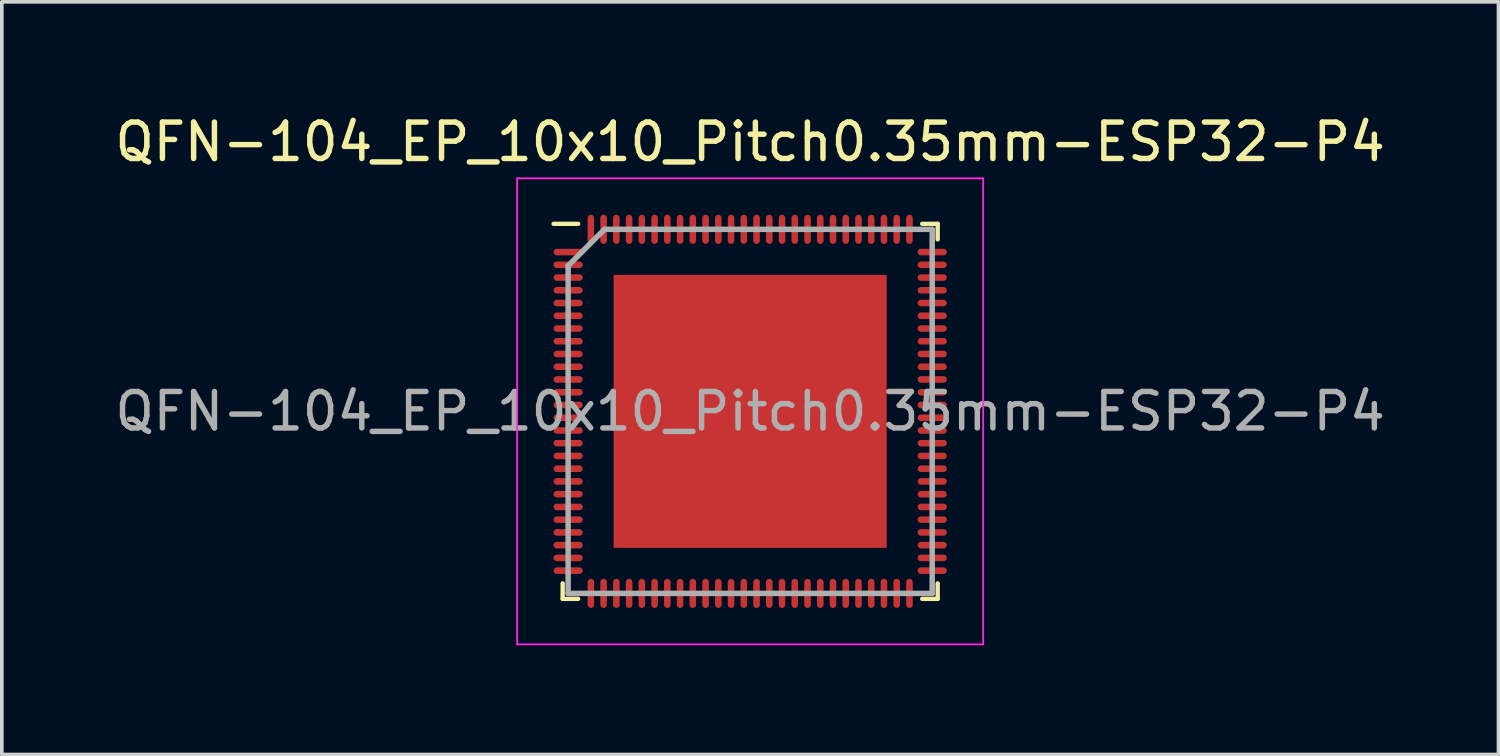
<source format=kicad_pcb>
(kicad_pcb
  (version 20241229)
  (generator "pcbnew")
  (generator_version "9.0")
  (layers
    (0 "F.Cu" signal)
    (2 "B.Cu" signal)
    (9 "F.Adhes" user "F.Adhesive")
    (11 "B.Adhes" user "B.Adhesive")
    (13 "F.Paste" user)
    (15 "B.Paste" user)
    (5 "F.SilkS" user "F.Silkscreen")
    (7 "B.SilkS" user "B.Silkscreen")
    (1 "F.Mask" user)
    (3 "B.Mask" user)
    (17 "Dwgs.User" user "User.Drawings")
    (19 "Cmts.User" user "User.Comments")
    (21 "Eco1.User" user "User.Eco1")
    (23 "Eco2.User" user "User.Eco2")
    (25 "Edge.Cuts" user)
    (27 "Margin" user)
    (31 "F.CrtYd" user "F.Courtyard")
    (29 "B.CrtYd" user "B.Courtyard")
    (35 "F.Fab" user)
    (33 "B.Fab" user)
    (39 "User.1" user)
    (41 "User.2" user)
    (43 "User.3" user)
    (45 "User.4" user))
  (footprint "QFN-104_EP_10x10_Pitch0.35mm-ESP32-P4"
    (layer "F.Cu")
    (at 17.554 8.248)
    (property "Reference" "QFN-104_EP_10x10_Pitch0.35mm-ESP32-P4" (at 0 -7.4 0) (layer "F.SilkS") (effects (font (size 1 1) (thickness 0.15))))
    (attr smd)
    (fp_line (start -5.15 5.15) (end -5.15 4.725) (stroke (width 0.12) (type default)) (layer "F.SilkS"))
    (fp_line (start -4.725 -5.15) (end -5.4 -5.15) (stroke (width 0.12) (type default)) (layer "F.SilkS"))
    (fp_line (start -4.725 5.15) (end -5.15 5.15) (stroke (width 0.12) (type default)) (layer "F.SilkS"))
    (fp_line (start 4.725 -5.15) (end 5.15 -5.15) (stroke (width 0.12) (type default)) (layer "F.SilkS"))
    (fp_line (start 4.725 5.15) (end 5.15 5.15) (stroke (width 0.12) (type default)) (layer "F.SilkS"))
    (fp_line (start 5.15 -5.15) (end 5.15 -4.725) (stroke (width 0.12) (type default)) (layer "F.SilkS"))
    (fp_line (start 5.15 5.15) (end 5.15 4.725) (stroke (width 0.12) (type default)) (layer "F.SilkS"))
    (fp_line (start -6.4 -6.4) (end 6.4 -6.4) (stroke (width 0.05) (type default)) (layer "F.CrtYd"))
    (fp_line (start -6.4 6.4) (end -6.4 -6.4) (stroke (width 0.05) (type default)) (layer "F.CrtYd"))
    (fp_line (start 6.4 -6.4) (end 6.4 6.4) (stroke (width 0.05) (type default)) (layer "F.CrtYd"))
    (fp_line (start 6.4 6.4) (end -6.4 6.4) (stroke (width 0.05) (type default)) (layer "F.CrtYd"))
    (fp_line (start -5 -4) (end -5 5) (stroke (width 0.15) (type default)) (layer "F.Fab"))
    (fp_line (start -5 5) (end 5 5) (stroke (width 0.15) (type default)) (layer "F.Fab"))
    (fp_line (start -4 -5) (end -5 -4) (stroke (width 0.15) (type default)) (layer "F.Fab"))
    (fp_line (start 5 -5) (end -4 -5) (stroke (width 0.15) (type default)) (layer "F.Fab"))
    (fp_line (start 5 5) (end 5 -5) (stroke (width 0.15) (type default)) (layer "F.Fab"))
    (fp_text user "${REFERENCE}" (at 0 0 0) (layer "F.Fab") (effects (font (size 1 1) (thickness 0.15))))
    (pad "" smd rect (at -2.812 -2.812) (size 1.125 1.125) (layers "F.Paste"))
    (pad "" smd rect (at -2.812 -0.938) (size 1.125 1.125) (layers "F.Paste"))
    (pad "" smd rect (at -2.812 0.938) (size 1.125 1.125) (layers "F.Paste"))
    (pad "" smd rect (at -2.812 2.812) (size 1.125 1.125) (layers "F.Paste"))
    (pad "" smd rect (at -0.938 -2.812) (size 1.125 1.125) (layers "F.Paste"))
    (pad "" smd rect (at -0.938 -0.938) (size 1.125 1.125) (layers "F.Paste"))
    (pad "" smd rect (at -0.938 0.938) (size 1.125 1.125) (layers "F.Paste"))
    (pad "" smd rect (at -0.938 2.812) (size 1.125 1.125) (layers "F.Paste"))
    (pad "" smd rect (at 0.938 -2.812) (size 1.125 1.125) (layers "F.Paste"))
    (pad "" smd rect (at 0.938 -0.938) (size 1.125 1.125) (layers "F.Paste"))
    (pad "" smd rect (at 0.938 0.938) (size 1.125 1.125) (layers "F.Paste"))
    (pad "" smd rect (at 0.938 2.812) (size 1.125 1.125) (layers "F.Paste"))
    (pad "" smd rect (at 2.812 -2.812) (size 1.125 1.125) (layers "F.Paste"))
    (pad "" smd rect (at 2.812 -0.938) (size 1.125 1.125) (layers "F.Paste"))
    (pad "" smd rect (at 2.812 0.938) (size 1.125 1.125) (layers "F.Paste"))
    (pad "" smd rect (at 2.812 2.812) (size 1.125 1.125) (layers "F.Paste"))
    (pad "1" smd oval (at -5 -4.375 90) (size 0.18 0.8) (layers "F.Cu" "F.Mask" "F.Paste"))
    (pad "2" smd oval (at -5 -4.025 90) (size 0.18 0.8) (layers "F.Cu" "F.Mask" "F.Paste"))
    (pad "3" smd oval (at -5 -3.675 90) (size 0.18 0.8) (layers "F.Cu" "F.Mask" "F.Paste"))
    (pad "4" smd oval (at -5 -3.325 90) (size 0.18 0.8) (layers "F.Cu" "F.Mask" "F.Paste"))
    (pad "5" smd oval (at -5 -2.975 90) (size 0.18 0.8) (layers "F.Cu" "F.Mask" "F.Paste"))
    (pad "6" smd oval (at -5 -2.625 90) (size 0.18 0.8) (layers "F.Cu" "F.Mask" "F.Paste"))
    (pad "7" smd oval (at -5 -2.275 90) (size 0.18 0.8) (layers "F.Cu" "F.Mask" "F.Paste"))
    (pad "8" smd oval (at -5 -1.925 90) (size 0.18 0.8) (layers "F.Cu" "F.Mask" "F.Paste"))
    (pad "9" smd oval (at -5 -1.575 90) (size 0.18 0.8) (layers "F.Cu" "F.Mask" "F.Paste"))
    (pad "10" smd oval (at -5 -1.225 90) (size 0.18 0.8) (layers "F.Cu" "F.Mask" "F.Paste"))
    (pad "11" smd oval (at -5 -0.875 90) (size 0.18 0.8) (layers "F.Cu" "F.Mask" "F.Paste"))
    (pad "12" smd oval (at -5 -0.525 90) (size 0.18 0.8) (layers "F.Cu" "F.Mask" "F.Paste"))
    (pad "13" smd oval (at -5 -0.175 90) (size 0.18 0.8) (layers "F.Cu" "F.Mask" "F.Paste"))
    (pad "14" smd oval (at -5 0.175 90) (size 0.18 0.8) (layers "F.Cu" "F.Mask" "F.Paste"))
    (pad "15" smd oval (at -5 0.525 90) (size 0.18 0.8) (layers "F.Cu" "F.Mask" "F.Paste"))
    (pad "16" smd oval (at -5 0.875 90) (size 0.18 0.8) (layers "F.Cu" "F.Mask" "F.Paste"))
    (pad "17" smd oval (at -5 1.225 90) (size 0.18 0.8) (layers "F.Cu" "F.Mask" "F.Paste"))
    (pad "18" smd oval (at -5 1.575 90) (size 0.18 0.8) (layers "F.Cu" "F.Mask" "F.Paste"))
    (pad "19" smd oval (at -5 1.925 90) (size 0.18 0.8) (layers "F.Cu" "F.Mask" "F.Paste"))
    (pad "20" smd oval (at -5 2.275 90) (size 0.18 0.8) (layers "F.Cu" "F.Mask" "F.Paste"))
    (pad "21" smd oval (at -5 2.625 90) (size 0.18 0.8) (layers "F.Cu" "F.Mask" "F.Paste"))
    (pad "22" smd oval (at -5 2.975 90) (size 0.18 0.8) (layers "F.Cu" "F.Mask" "F.Paste"))
    (pad "23" smd oval (at -5 3.325 90) (size 0.18 0.8) (layers "F.Cu" "F.Mask" "F.Paste"))
    (pad "24" smd oval (at -5 3.675 90) (size 0.18 0.8) (layers "F.Cu" "F.Mask" "F.Paste"))
    (pad "25" smd oval (at -5 4.025 90) (size 0.18 0.8) (layers "F.Cu" "F.Mask" "F.Paste"))
    (pad "26" smd oval (at -5 4.375 90) (size 0.18 0.8) (layers "F.Cu" "F.Mask" "F.Paste"))
    (pad "27" smd oval (at -4.375 5) (size 0.18 0.8) (layers "F.Cu" "F.Mask" "F.Paste"))
    (pad "28" smd oval (at -4.025 5) (size 0.18 0.8) (layers "F.Cu" "F.Mask" "F.Paste"))
    (pad "29" smd oval (at -3.675 5) (size 0.18 0.8) (layers "F.Cu" "F.Mask" "F.Paste"))
    (pad "30" smd oval (at -3.325 5) (size 0.18 0.8) (layers "F.Cu" "F.Mask" "F.Paste"))
    (pad "31" smd oval (at -2.975 5) (size 0.18 0.8) (layers "F.Cu" "F.Mask" "F.Paste"))
    (pad "32" smd oval (at -2.625 5) (size 0.18 0.8) (layers "F.Cu" "F.Mask" "F.Paste"))
    (pad "33" smd oval (at -2.275 5) (size 0.18 0.8) (layers "F.Cu" "F.Mask" "F.Paste"))
    (pad "34" smd oval (at -1.925 5) (size 0.18 0.8) (layers "F.Cu" "F.Mask" "F.Paste"))
    (pad "35" smd oval (at -1.575 5) (size 0.18 0.8) (layers "F.Cu" "F.Mask" "F.Paste"))
    (pad "36" smd oval (at -1.225 5) (size 0.18 0.8) (layers "F.Cu" "F.Mask" "F.Paste"))
    (pad "37" smd oval (at -0.875 5) (size 0.18 0.8) (layers "F.Cu" "F.Mask" "F.Paste"))
    (pad "38" smd oval (at -0.525 5) (size 0.18 0.8) (layers "F.Cu" "F.Mask" "F.Paste"))
    (pad "39" smd oval (at -0.175 5) (size 0.18 0.8) (layers "F.Cu" "F.Mask" "F.Paste"))
    (pad "40" smd oval (at 0.175 5) (size 0.18 0.8) (layers "F.Cu" "F.Mask" "F.Paste"))
    (pad "41" smd oval (at 0.525 5) (size 0.18 0.8) (layers "F.Cu" "F.Mask" "F.Paste"))
    (pad "42" smd oval (at 0.875 5) (size 0.18 0.8) (layers "F.Cu" "F.Mask" "F.Paste"))
    (pad "43" smd oval (at 1.225 5) (size 0.18 0.8) (layers "F.Cu" "F.Mask" "F.Paste"))
    (pad "44" smd oval (at 1.575 5) (size 0.18 0.8) (layers "F.Cu" "F.Mask" "F.Paste"))
    (pad "45" smd oval (at 1.925 5) (size 0.18 0.8) (layers "F.Cu" "F.Mask" "F.Paste"))
    (pad "46" smd oval (at 2.275 5) (size 0.18 0.8) (layers "F.Cu" "F.Mask" "F.Paste"))
    (pad "47" smd oval (at 2.625 5) (size 0.18 0.8) (layers "F.Cu" "F.Mask" "F.Paste"))
    (pad "48" smd oval (at 2.975 5) (size 0.18 0.8) (layers "F.Cu" "F.Mask" "F.Paste"))
    (pad "49" smd oval (at 3.325 5) (size 0.18 0.8) (layers "F.Cu" "F.Mask" "F.Paste"))
    (pad "50" smd oval (at 3.675 5) (size 0.18 0.8) (layers "F.Cu" "F.Mask" "F.Paste"))
    (pad "51" smd oval (at 4.025 5) (size 0.18 0.8) (layers "F.Cu" "F.Mask" "F.Paste"))
    (pad "52" smd oval (at 4.375 5) (size 0.18 0.8) (layers "F.Cu" "F.Mask" "F.Paste"))
    (pad "53" smd oval (at 5 4.375 90) (size 0.18 0.8) (layers "F.Cu" "F.Mask" "F.Paste"))
    (pad "54" smd oval (at 5 4.025 90) (size 0.18 0.8) (layers "F.Cu" "F.Mask" "F.Paste"))
    (pad "55" smd oval (at 5 3.675 90) (size 0.18 0.8) (layers "F.Cu" "F.Mask" "F.Paste"))
    (pad "56" smd oval (at 5 3.325 90) (size 0.18 0.8) (layers "F.Cu" "F.Mask" "F.Paste"))
    (pad "57" smd oval (at 5 2.975 90) (size 0.18 0.8) (layers "F.Cu" "F.Mask" "F.Paste"))
    (pad "58" smd oval (at 5 2.625 90) (size 0.18 0.8) (layers "F.Cu" "F.Mask" "F.Paste"))
    (pad "59" smd oval (at 5 2.275 90) (size 0.18 0.8) (layers "F.Cu" "F.Mask" "F.Paste"))
    (pad "60" smd oval (at 5 1.925 90) (size 0.18 0.8) (layers "F.Cu" "F.Mask" "F.Paste"))
    (pad "61" smd oval (at 5 1.575 90) (size 0.18 0.8) (layers "F.Cu" "F.Mask" "F.Paste"))
    (pad "62" smd oval (at 5 1.225 90) (size 0.18 0.8) (layers "F.Cu" "F.Mask" "F.Paste"))
    (pad "63" smd oval (at 5 0.875 90) (size 0.18 0.8) (layers "F.Cu" "F.Mask" "F.Paste"))
    (pad "64" smd oval (at 5 0.525 90) (size 0.18 0.8) (layers "F.Cu" "F.Mask" "F.Paste"))
    (pad "65" smd oval (at 5 0.175 90) (size 0.18 0.8) (layers "F.Cu" "F.Mask" "F.Paste"))
    (pad "66" smd oval (at 5 -0.175 90) (size 0.18 0.8) (layers "F.Cu" "F.Mask" "F.Paste"))
    (pad "67" smd oval (at 5 -0.525 90) (size 0.18 0.8) (layers "F.Cu" "F.Mask" "F.Paste"))
    (pad "68" smd oval (at 5 -0.875 90) (size 0.18 0.8) (layers "F.Cu" "F.Mask" "F.Paste"))
    (pad "69" smd oval (at 5 -1.225 90) (size 0.18 0.8) (layers "F.Cu" "F.Mask" "F.Paste"))
    (pad "70" smd oval (at 5 -1.575 90) (size 0.18 0.8) (layers "F.Cu" "F.Mask" "F.Paste"))
    (pad "71" smd oval (at 5 -1.925 90) (size 0.18 0.8) (layers "F.Cu" "F.Mask" "F.Paste"))
    (pad "72" smd oval (at 5 -2.275 90) (size 0.18 0.8) (layers "F.Cu" "F.Mask" "F.Paste"))
    (pad "73" smd oval (at 5 -2.625 90) (size 0.18 0.8) (layers "F.Cu" "F.Mask" "F.Paste"))
    (pad "74" smd oval (at 5 -2.975 90) (size 0.18 0.8) (layers "F.Cu" "F.Mask" "F.Paste"))
    (pad "75" smd oval (at 5 -3.325 90) (size 0.18 0.8) (layers "F.Cu" "F.Mask" "F.Paste"))
    (pad "76" smd oval (at 5 -3.675 90) (size 0.18 0.8) (layers "F.Cu" "F.Mask" "F.Paste"))
    (pad "77" smd oval (at 5 -4.025 90) (size 0.18 0.8) (layers "F.Cu" "F.Mask" "F.Paste"))
    (pad "78" smd oval (at 5 -4.375 90) (size 0.18 0.8) (layers "F.Cu" "F.Mask" "F.Paste"))
    (pad "79" smd oval (at 4.375 -5) (size 0.18 0.8) (layers "F.Cu" "F.Mask" "F.Paste"))
    (pad "80" smd oval (at 4.025 -5) (size 0.18 0.8) (layers "F.Cu" "F.Mask" "F.Paste"))
    (pad "81" smd oval (at 3.675 -5) (size 0.18 0.8) (layers "F.Cu" "F.Mask" "F.Paste"))
    (pad "82" smd oval (at 3.325 -5) (size 0.18 0.8) (layers "F.Cu" "F.Mask" "F.Paste"))
    (pad "83" smd oval (at 2.975 -5) (size 0.18 0.8) (layers "F.Cu" "F.Mask" "F.Paste"))
    (pad "84" smd oval (at 2.625 -5) (size 0.18 0.8) (layers "F.Cu" "F.Mask" "F.Paste"))
    (pad "85" smd oval (at 2.275 -5) (size 0.18 0.8) (layers "F.Cu" "F.Mask" "F.Paste"))
    (pad "86" smd oval (at 1.925 -5) (size 0.18 0.8) (layers "F.Cu" "F.Mask" "F.Paste"))
    (pad "87" smd oval (at 1.575 -5) (size 0.18 0.8) (layers "F.Cu" "F.Mask" "F.Paste"))
    (pad "88" smd oval (at 1.225 -5) (size 0.18 0.8) (layers "F.Cu" "F.Mask" "F.Paste"))
    (pad "89" smd oval (at 0.875 -5) (size 0.18 0.8) (layers "F.Cu" "F.Mask" "F.Paste"))
    (pad "90" smd oval (at 0.525 -5) (size 0.18 0.8) (layers "F.Cu" "F.Mask" "F.Paste"))
    (pad "91" smd oval (at 0.175 -5) (size 0.18 0.8) (layers "F.Cu" "F.Mask" "F.Paste"))
    (pad "92" smd oval (at -0.175 -5) (size 0.18 0.8) (layers "F.Cu" "F.Mask" "F.Paste"))
    (pad "93" smd oval (at -0.525 -5) (size 0.18 0.8) (layers "F.Cu" "F.Mask" "F.Paste"))
    (pad "94" smd oval (at -0.875 -5) (size 0.18 0.8) (layers "F.Cu" "F.Mask" "F.Paste"))
    (pad "95" smd oval (at -1.225 -5) (size 0.18 0.8) (layers "F.Cu" "F.Mask" "F.Paste"))
    (pad "96" smd oval (at -1.575 -5) (size 0.18 0.8) (layers "F.Cu" "F.Mask" "F.Paste"))
    (pad "97" smd oval (at -1.925 -5) (size 0.18 0.8) (layers "F.Cu" "F.Mask" "F.Paste"))
    (pad "98" smd oval (at -2.275 -5) (size 0.18 0.8) (layers "F.Cu" "F.Mask" "F.Paste"))
    (pad "99" smd oval (at -2.625 -5) (size 0.18 0.8) (layers "F.Cu" "F.Mask" "F.Paste"))
    (pad "100" smd oval (at -2.975 -5) (size 0.18 0.8) (layers "F.Cu" "F.Mask" "F.Paste"))
    (pad "101" smd oval (at -3.325 -5) (size 0.18 0.8) (layers "F.Cu" "F.Mask" "F.Paste"))
    (pad "102" smd oval (at -3.675 -5) (size 0.18 0.8) (layers "F.Cu" "F.Mask" "F.Paste"))
    (pad "103" smd oval (at -4.025 -5) (size 0.18 0.8) (layers "F.Cu" "F.Mask" "F.Paste"))
    (pad "104" smd oval (at -4.375 -5) (size 0.18 0.8) (layers "F.Cu" "F.Mask" "F.Paste"))
    (pad "105" smd rect (at 0 0) (size 7.5 7.5) (layers "F.Cu" "F.Mask")))
  (gr_rect
    (start -3 -3)
    (end 38.107 17.673)
    (stroke (width 0.1) (type default))
    (fill no)
    (layer "Edge.Cuts")))
</source>
